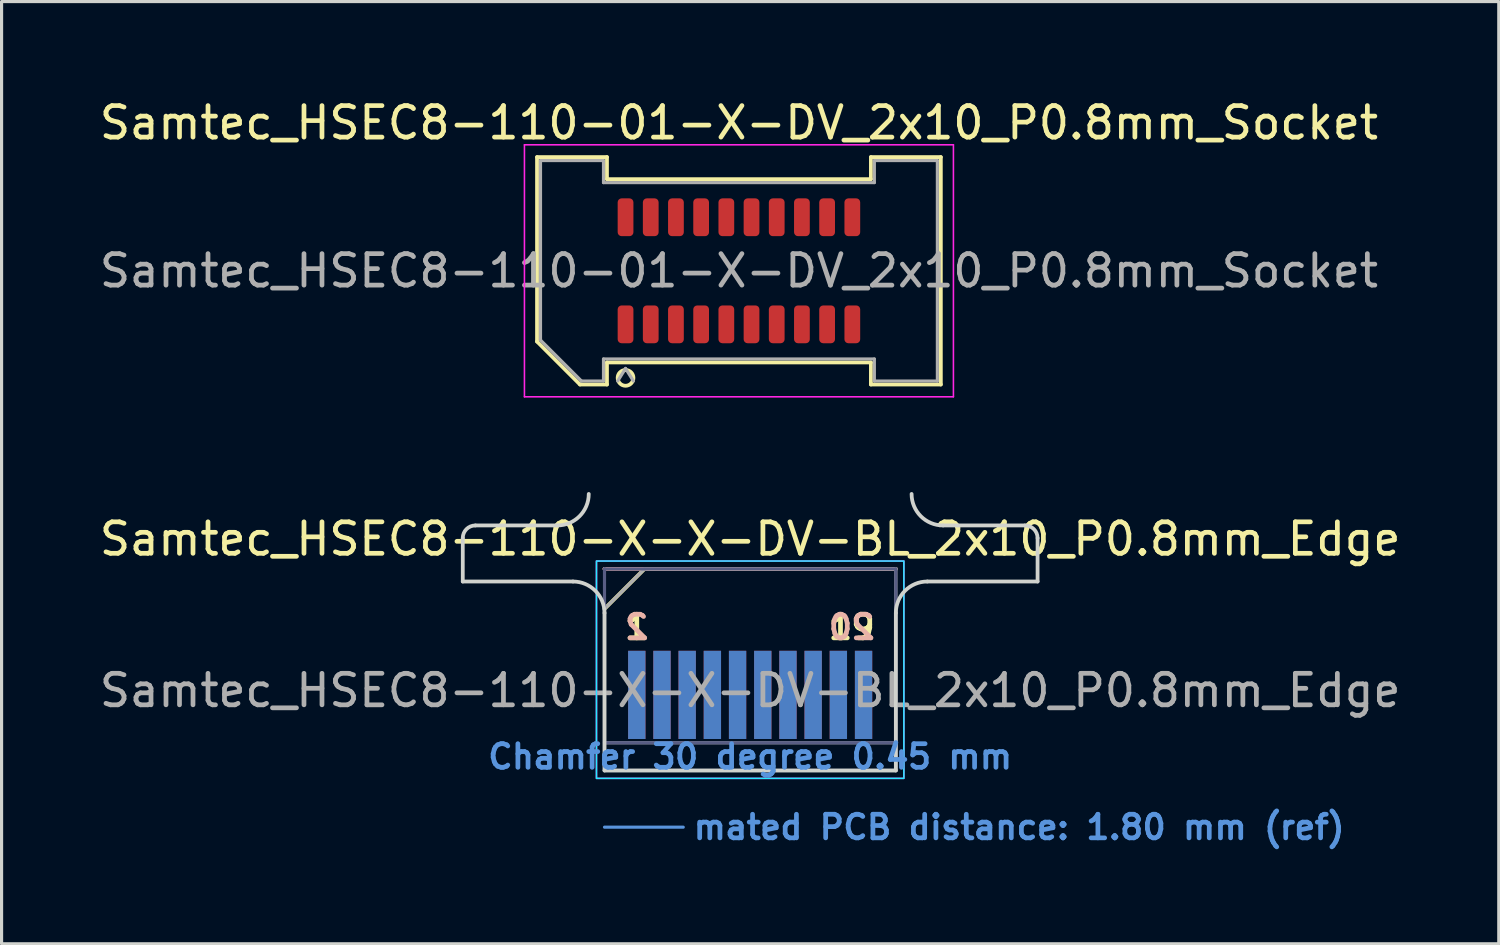
<source format=kicad_pcb>
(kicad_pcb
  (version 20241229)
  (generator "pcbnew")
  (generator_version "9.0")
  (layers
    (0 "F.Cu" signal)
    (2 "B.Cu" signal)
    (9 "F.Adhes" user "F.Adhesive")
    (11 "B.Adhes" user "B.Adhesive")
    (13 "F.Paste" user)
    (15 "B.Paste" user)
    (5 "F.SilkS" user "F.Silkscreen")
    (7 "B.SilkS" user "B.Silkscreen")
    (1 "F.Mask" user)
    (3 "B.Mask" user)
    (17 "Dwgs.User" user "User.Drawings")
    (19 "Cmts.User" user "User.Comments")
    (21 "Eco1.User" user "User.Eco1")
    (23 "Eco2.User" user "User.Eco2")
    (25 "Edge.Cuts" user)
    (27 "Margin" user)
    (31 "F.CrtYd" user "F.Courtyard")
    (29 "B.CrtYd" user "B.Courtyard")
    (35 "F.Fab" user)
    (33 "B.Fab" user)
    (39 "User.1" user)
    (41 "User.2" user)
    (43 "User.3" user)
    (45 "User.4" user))
  (footprint "Samtec_HSEC8-110-X-X-DV-BL_2x10_P0.8mm_Edge"
    (layer "F.Cu")
    (at 20.768 21.413)
    (property "Reference" "Samtec_HSEC8-110-X-X-DV-BL_2x10_P0.8mm_Edge" (at 0 -7.35 0) (layer "F.SilkS") (effects (font (size 1 1) (thickness 0.15))))
    (attr exclude_from_pos_files exclude_from_bom)
    (fp_line (start -4.625 -5.13) (end -3.355 -6.4) (stroke (width 0.12) (type solid)) (layer "F.SilkS"))
    (fp_line (start -3.355 -6.4) (end 4.625 -6.4) (stroke (width 0.12) (type solid)) (layer "F.SilkS"))
    (fp_line (start -4.625 -6.4) (end -4.625 -6.4) (stroke (width 0.12) (type solid)) (layer "B.SilkS"))
    (fp_line (start -4.625 -6.4) (end 4.625 -6.4) (stroke (width 0.12) (type solid)) (layer "B.SilkS"))
    (fp_line (start -4.625 1.8) (end -2.125 1.8) (stroke (width 0.1) (type solid)) (layer "Cmts.User"))
    (fp_line (start -9.125 -6) (end -9.125 -7.38) (stroke (width 0.12) (type solid)) (layer "Edge.Cuts"))
    (fp_line (start -8.725 -7.78) (end -6.125 -7.78) (stroke (width 0.12) (type solid)) (layer "Edge.Cuts"))
    (fp_line (start -5.625 -6) (end -9.125 -6) (stroke (width 0.12) (type solid)) (layer "Edge.Cuts"))
    (fp_line (start -4.625 -5) (end -4.625 0) (stroke (width 0.12) (type solid)) (layer "Edge.Cuts"))
    (fp_line (start -4.625 0) (end 4.625 0) (stroke (width 0.12) (type solid)) (layer "Edge.Cuts"))
    (fp_line (start 4.625 0) (end 4.625 -5) (stroke (width 0.12) (type solid)) (layer "Edge.Cuts"))
    (fp_line (start 5.625 -6) (end 9.125 -6) (stroke (width 0.12) (type solid)) (layer "Edge.Cuts"))
    (fp_line (start 8.725 -7.78) (end 6.125 -7.78) (stroke (width 0.12) (type solid)) (layer "Edge.Cuts"))
    (fp_line (start 9.125 -6) (end 9.125 -7.38) (stroke (width 0.12) (type solid)) (layer "Edge.Cuts"))
    (fp_arc (start -9.125 -7.38) (mid -9.007843 -7.662843) (end -8.725 -7.78) (stroke (width 0.12) (type solid)) (layer "Edge.Cuts"))
    (fp_arc (start -5.625 -6) (mid -4.917893 -5.707107) (end -4.625 -5) (stroke (width 0.12) (type solid)) (layer "Edge.Cuts"))
    (fp_arc (start -5.125 -8.78) (mid -5.417893 -8.072893) (end -6.125 -7.78) (stroke (width 0.12) (type solid)) (layer "Edge.Cuts"))
    (fp_arc (start 4.625 -5) (mid 4.917893 -5.707107) (end 5.625 -6) (stroke (width 0.12) (type solid)) (layer "Edge.Cuts"))
    (fp_arc (start 6.125 -7.78) (mid 5.417893 -8.072893) (end 5.125 -8.78) (stroke (width 0.12) (type solid)) (layer "Edge.Cuts"))
    (fp_arc (start 8.725 -7.78) (mid 9.007843 -7.662843) (end 9.125 -7.38) (stroke (width 0.12) (type solid)) (layer "Edge.Cuts"))
    (fp_rect (start -4.88 -6.65) (end 4.88 0.25) (stroke (width 0.05) (type solid)) (fill no) (layer "B.CrtYd"))
    (fp_rect (start -4.88 -6.65) (end 4.88 0.25) (stroke (width 0.05) (type solid)) (fill no) (layer "F.CrtYd"))
    (fp_line (start -4.625 -6.4) (end -4.625 -6.4) (stroke (width 0.1) (type solid)) (layer "B.Fab"))
    (fp_line (start -4.625 -6.4) (end -4.625 0) (stroke (width 0.1) (type solid)) (layer "B.Fab"))
    (fp_line (start -4.625 -6.4) (end 4.625 -6.4) (stroke (width 0.1) (type solid)) (layer "B.Fab"))
    (fp_line (start -4.625 -0.88) (end 4.625 -0.88) (stroke (width 0.1) (type solid)) (layer "B.Fab"))
    (fp_line (start -4.625 0) (end 4.625 0) (stroke (width 0.1) (type solid)) (layer "B.Fab"))
    (fp_line (start 4.625 -6.4) (end 4.625 0) (stroke (width 0.1) (type solid)) (layer "B.Fab"))
    (fp_line (start -4.625 -5.13) (end -4.625 0) (stroke (width 0.1) (type solid)) (layer "F.Fab"))
    (fp_line (start -4.625 -5.13) (end -3.355 -6.4) (stroke (width 0.1) (type solid)) (layer "F.Fab"))
    (fp_line (start -4.625 -0.88) (end 4.625 -0.88) (stroke (width 0.1) (type solid)) (layer "F.Fab"))
    (fp_line (start -4.625 0) (end 4.625 0) (stroke (width 0.1) (type solid)) (layer "F.Fab"))
    (fp_line (start -3.355 -6.4) (end 4.625 -6.4) (stroke (width 0.1) (type solid)) (layer "F.Fab"))
    (fp_line (start 4.625 -6.4) (end 4.625 0) (stroke (width 0.1) (type solid)) (layer "F.Fab"))
    (fp_text user "1" (at -3.6 -4.55 0) (layer "F.SilkS") (effects (font (size 0.75 0.75) (thickness 0.15))))
    (fp_text user "19" (at 3.225 -4.55 0) (layer "F.SilkS") (effects (font (size 0.75 0.75) (thickness 0.15))))
    (fp_text user "2" (at -3.6 -4.55 0) (layer "B.SilkS") (effects (font (size 0.75 0.75) (thickness 0.15)) (justify mirror)))
    (fp_text user "20" (at 3.225 -4.55 0) (layer "B.SilkS") (effects (font (size 0.75 0.75) (thickness 0.15)) (justify mirror)))
    (fp_text user "mated PCB distance: 1.80 mm (ref)" (at -1.88 1.8 0) (layer "Cmts.User") (effects (font (size 0.75 0.75) (thickness 0.15)) (justify left)))
    (fp_text user "Chamfer 30 degree 0.45 mm" (at 0 -0.44 0) (layer "Cmts.User") (effects (font (size 0.75 0.75) (thickness 0.15))))
    (fp_text user "${REFERENCE}" (at 0 -2.54 0) (layer "F.Fab") (effects (font (size 1 1) (thickness 0.15))))
    (pad "1" connect rect (at -3.6 -2.4) (size 0.55 2.8) (layers "F.Cu" "F.Mask"))
    (pad "2" connect rect (at -3.6 -2.4) (size 0.55 2.8) (layers "B.Cu" "B.Mask"))
    (pad "3" connect rect (at -2.8 -2.4) (size 0.55 2.8) (layers "F.Cu" "F.Mask"))
    (pad "4" connect rect (at -2.8 -2.4) (size 0.55 2.8) (layers "B.Cu" "B.Mask"))
    (pad "5" connect rect (at -2 -2.4) (size 0.55 2.8) (layers "F.Cu" "F.Mask"))
    (pad "6" connect rect (at -2 -2.4) (size 0.55 2.8) (layers "B.Cu" "B.Mask"))
    (pad "7" connect rect (at -1.2 -2.4) (size 0.55 2.8) (layers "F.Cu" "F.Mask"))
    (pad "8" connect rect (at -1.2 -2.4) (size 0.55 2.8) (layers "B.Cu" "B.Mask"))
    (pad "9" connect rect (at -0.4 -2.4) (size 0.55 2.8) (layers "F.Cu" "F.Mask"))
    (pad "10" connect rect (at -0.4 -2.4) (size 0.55 2.8) (layers "B.Cu" "B.Mask"))
    (pad "11" connect rect (at 0.4 -2.4) (size 0.55 2.8) (layers "F.Cu" "F.Mask"))
    (pad "12" connect rect (at 0.4 -2.4) (size 0.55 2.8) (layers "B.Cu" "B.Mask"))
    (pad "13" connect rect (at 1.2 -2.4) (size 0.55 2.8) (layers "F.Cu" "F.Mask"))
    (pad "14" connect rect (at 1.2 -2.4) (size 0.55 2.8) (layers "B.Cu" "B.Mask"))
    (pad "15" connect rect (at 2 -2.4) (size 0.55 2.8) (layers "F.Cu" "F.Mask"))
    (pad "16" connect rect (at 2 -2.4) (size 0.55 2.8) (layers "B.Cu" "B.Mask"))
    (pad "17" connect rect (at 2.8 -2.4) (size 0.55 2.8) (layers "F.Cu" "F.Mask"))
    (pad "18" connect rect (at 2.8 -2.4) (size 0.55 2.8) (layers "B.Cu" "B.Mask"))
    (pad "19" connect rect (at 3.6 -2.4) (size 0.55 2.8) (layers "F.Cu" "F.Mask"))
    (pad "20" connect rect (at 3.6 -2.4) (size 0.55 2.8) (layers "B.Cu" "B.Mask")))
  (footprint "Samtec_HSEC8-110-01-X-DV_2x10_P0.8mm_Socket"
    (layer "F.Cu")
    (at 20.411 5.548)
    (property "Reference" "Samtec_HSEC8-110-01-X-DV_2x10_P0.8mm_Socket" (at 0 -4.7 0) (layer "F.SilkS") (effects (font (size 1 1) (thickness 0.15))))
    (attr smd)
    (fp_line (start -6.41 -3.61) (end -4.19 -3.61) (stroke (width 0.12) (type solid)) (layer "F.SilkS"))
    (fp_line (start -6.41 2.246) (end -6.41 -3.61) (stroke (width 0.12) (type solid)) (layer "F.SilkS"))
    (fp_line (start -5.046 3.61) (end -6.41 2.246) (stroke (width 0.12) (type solid)) (layer "F.SilkS"))
    (fp_line (start -4.19 -3.61) (end -4.19 -2.91) (stroke (width 0.12) (type solid)) (layer "F.SilkS"))
    (fp_line (start -4.19 -2.91) (end 4.19 -2.91) (stroke (width 0.12) (type solid)) (layer "F.SilkS"))
    (fp_line (start -4.19 2.91) (end -4.19 3.61) (stroke (width 0.12) (type solid)) (layer "F.SilkS"))
    (fp_line (start -4.19 3.61) (end -5.046 3.61) (stroke (width 0.12) (type solid)) (layer "F.SilkS"))
    (fp_line (start 4.19 -3.61) (end 6.41 -3.61) (stroke (width 0.12) (type solid)) (layer "F.SilkS"))
    (fp_line (start 4.19 -2.91) (end 4.19 -3.61) (stroke (width 0.12) (type solid)) (layer "F.SilkS"))
    (fp_line (start 4.19 2.91) (end -4.19 2.91) (stroke (width 0.12) (type solid)) (layer "F.SilkS"))
    (fp_line (start 4.19 3.61) (end 4.19 2.91) (stroke (width 0.12) (type solid)) (layer "F.SilkS"))
    (fp_line (start 6.41 -3.61) (end 6.41 3.61) (stroke (width 0.12) (type solid)) (layer "F.SilkS"))
    (fp_line (start 6.41 3.61) (end 4.19 3.61) (stroke (width 0.12) (type solid)) (layer "F.SilkS"))
    (fp_arc (start -3.35 3.4) (mid -3.85 3.4) (end -3.35 3.4) (stroke (width 0.12) (type solid)) (layer "F.SilkS"))
    (fp_line (start -6.81 -4) (end -6.81 4) (stroke (width 0.05) (type solid)) (layer "F.CrtYd"))
    (fp_line (start -6.81 4) (end 6.81 4) (stroke (width 0.05) (type solid)) (layer "F.CrtYd"))
    (fp_line (start 6.81 -4) (end -6.81 -4) (stroke (width 0.05) (type solid)) (layer "F.CrtYd"))
    (fp_line (start 6.81 4) (end 6.81 -4) (stroke (width 0.05) (type solid)) (layer "F.CrtYd"))
    (fp_line (start -6.3 -3.5) (end -4.3 -3.5) (stroke (width 0.1) (type solid)) (layer "F.Fab"))
    (fp_line (start -6.3 2.2) (end -6.3 -3.5) (stroke (width 0.1) (type solid)) (layer "F.Fab"))
    (fp_line (start -5 3.5) (end -6.3 2.2) (stroke (width 0.1) (type solid)) (layer "F.Fab"))
    (fp_line (start -4.3 -3.5) (end -4.3 -2.8) (stroke (width 0.1) (type solid)) (layer "F.Fab"))
    (fp_line (start -4.3 -2.8) (end 4.3 -2.8) (stroke (width 0.1) (type solid)) (layer "F.Fab"))
    (fp_line (start -4.3 2.8) (end -4.3 3.5) (stroke (width 0.1) (type solid)) (layer "F.Fab"))
    (fp_line (start -4.3 3.5) (end -5 3.5) (stroke (width 0.1) (type solid)) (layer "F.Fab"))
    (fp_line (start -3.6 3.1) (end -3.85 3.5) (stroke (width 0.1) (type solid)) (layer "F.Fab"))
    (fp_line (start -3.6 3.1) (end -3.35 3.5) (stroke (width 0.1) (type solid)) (layer "F.Fab"))
    (fp_line (start 4.3 -3.5) (end 6.3 -3.5) (stroke (width 0.1) (type solid)) (layer "F.Fab"))
    (fp_line (start 4.3 -2.8) (end 4.3 -3.5) (stroke (width 0.1) (type solid)) (layer "F.Fab"))
    (fp_line (start 4.3 2.8) (end -4.3 2.8) (stroke (width 0.1) (type solid)) (layer "F.Fab"))
    (fp_line (start 4.3 3.5) (end 4.3 2.8) (stroke (width 0.1) (type solid)) (layer "F.Fab"))
    (fp_line (start 6.3 -3.5) (end 6.3 3.5) (stroke (width 0.1) (type solid)) (layer "F.Fab"))
    (fp_line (start 6.3 3.5) (end 4.3 3.5) (stroke (width 0.1) (type solid)) (layer "F.Fab"))
    (fp_text user "${REFERENCE}" (at 0 0 0) (layer "F.Fab") (effects (font (size 1 1) (thickness 0.15))))
    (pad "1" smd roundrect (at -3.6 1.7) (size 0.5 1.2) (layers "F.Cu" "F.Mask" "F.Paste") (roundrect_rratio 0.25))
    (pad "2" smd roundrect (at -3.6 -1.7) (size 0.5 1.2) (layers "F.Cu" "F.Mask" "F.Paste") (roundrect_rratio 0.25))
    (pad "3" smd roundrect (at -2.8 1.7) (size 0.5 1.2) (layers "F.Cu" "F.Mask" "F.Paste") (roundrect_rratio 0.25))
    (pad "4" smd roundrect (at -2.8 -1.7) (size 0.5 1.2) (layers "F.Cu" "F.Mask" "F.Paste") (roundrect_rratio 0.25))
    (pad "5" smd roundrect (at -2 1.7) (size 0.5 1.2) (layers "F.Cu" "F.Mask" "F.Paste") (roundrect_rratio 0.25))
    (pad "6" smd roundrect (at -2 -1.7) (size 0.5 1.2) (layers "F.Cu" "F.Mask" "F.Paste") (roundrect_rratio 0.25))
    (pad "7" smd roundrect (at -1.2 1.7) (size 0.5 1.2) (layers "F.Cu" "F.Mask" "F.Paste") (roundrect_rratio 0.25))
    (pad "8" smd roundrect (at -1.2 -1.7) (size 0.5 1.2) (layers "F.Cu" "F.Mask" "F.Paste") (roundrect_rratio 0.25))
    (pad "9" smd roundrect (at -0.4 1.7) (size 0.5 1.2) (layers "F.Cu" "F.Mask" "F.Paste") (roundrect_rratio 0.25))
    (pad "10" smd roundrect (at -0.4 -1.7) (size 0.5 1.2) (layers "F.Cu" "F.Mask" "F.Paste") (roundrect_rratio 0.25))
    (pad "11" smd roundrect (at 0.4 1.7) (size 0.5 1.2) (layers "F.Cu" "F.Mask" "F.Paste") (roundrect_rratio 0.25))
    (pad "12" smd roundrect (at 0.4 -1.7) (size 0.5 1.2) (layers "F.Cu" "F.Mask" "F.Paste") (roundrect_rratio 0.25))
    (pad "13" smd roundrect (at 1.2 1.7) (size 0.5 1.2) (layers "F.Cu" "F.Mask" "F.Paste") (roundrect_rratio 0.25))
    (pad "14" smd roundrect (at 1.2 -1.7) (size 0.5 1.2) (layers "F.Cu" "F.Mask" "F.Paste") (roundrect_rratio 0.25))
    (pad "15" smd roundrect (at 2 1.7) (size 0.5 1.2) (layers "F.Cu" "F.Mask" "F.Paste") (roundrect_rratio 0.25))
    (pad "16" smd roundrect (at 2 -1.7) (size 0.5 1.2) (layers "F.Cu" "F.Mask" "F.Paste") (roundrect_rratio 0.25))
    (pad "17" smd roundrect (at 2.8 1.7) (size 0.5 1.2) (layers "F.Cu" "F.Mask" "F.Paste") (roundrect_rratio 0.25))
    (pad "18" smd roundrect (at 2.8 -1.7) (size 0.5 1.2) (layers "F.Cu" "F.Mask" "F.Paste") (roundrect_rratio 0.25))
    (pad "19" smd roundrect (at 3.6 1.7) (size 0.5 1.2) (layers "F.Cu" "F.Mask" "F.Paste") (roundrect_rratio 0.25))
    (pad "20" smd roundrect (at 3.6 -1.7) (size 0.5 1.2) (layers "F.Cu" "F.Mask" "F.Paste") (roundrect_rratio 0.25)))
  (gr_rect
    (start -3 -3)
    (end 44.536 26.915)
    (stroke (width 0.1) (type default))
    (fill no)
    (layer "Edge.Cuts")))
</source>
